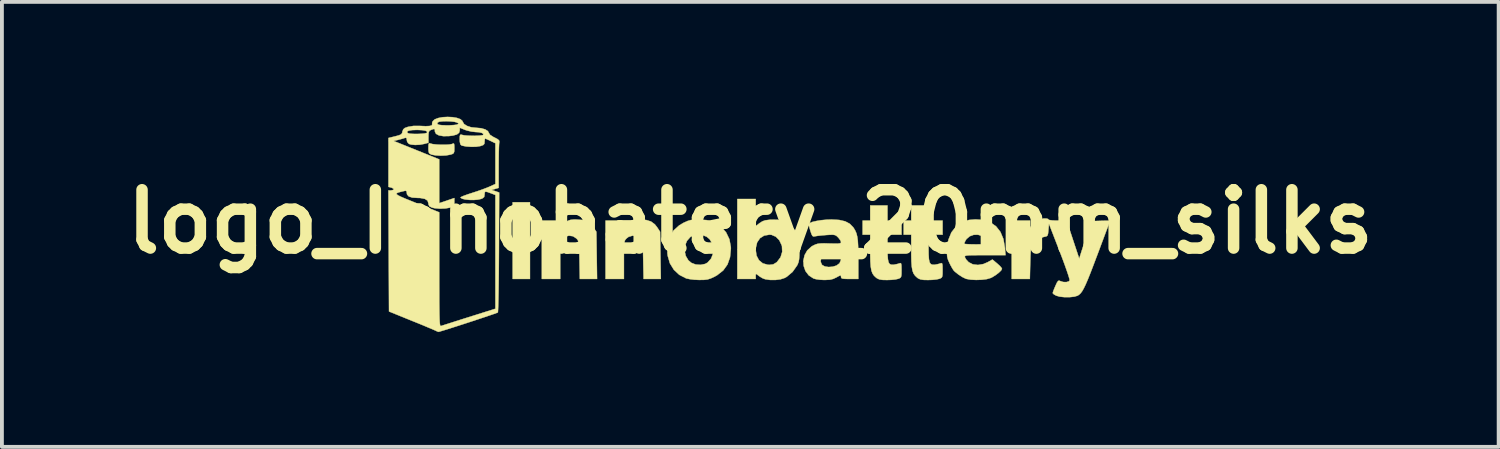
<source format=kicad_pcb>
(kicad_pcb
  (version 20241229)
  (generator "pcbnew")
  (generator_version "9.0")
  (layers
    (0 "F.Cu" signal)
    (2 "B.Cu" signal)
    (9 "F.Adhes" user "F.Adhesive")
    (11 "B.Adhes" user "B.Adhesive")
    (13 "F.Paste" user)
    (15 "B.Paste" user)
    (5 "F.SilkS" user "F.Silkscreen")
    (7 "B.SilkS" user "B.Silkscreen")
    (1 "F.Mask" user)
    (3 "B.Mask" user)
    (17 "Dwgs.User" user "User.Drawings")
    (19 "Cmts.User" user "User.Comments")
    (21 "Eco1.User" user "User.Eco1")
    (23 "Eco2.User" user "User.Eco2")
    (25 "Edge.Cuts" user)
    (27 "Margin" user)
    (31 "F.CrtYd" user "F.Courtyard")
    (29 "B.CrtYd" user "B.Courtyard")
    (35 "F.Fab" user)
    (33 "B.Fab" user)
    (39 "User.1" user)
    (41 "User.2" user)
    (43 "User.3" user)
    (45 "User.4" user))
  (footprint "logo_Innobatery_20mm_silks"
    (layer "F.Cu")
    (at 16.554 2.742)
    (property "Reference" "logo_Innobatery_20mm_silks" (at 0 0 0) (layer "F.SilkS") (effects (font (size 1.524 1.524) (thickness 0.3))))
    (attr through_hole)
    (fp_poly (pts (xy -5.757 1.496) (xy -6.209 1.496) (xy -6.209 -0.508) (xy -5.757 -0.508) (xy -5.757 1.496)) (stroke (width 0.01) (type solid)) (fill yes) (layer "F.SilkS"))
    (fp_poly (pts (xy -8.361 -2.043) (xy -8.298 -2.027) (xy -8.2 -2.016) (xy -8.083 -2.01) (xy -7.965 -2.01) (xy -7.865 -2.016) (xy -7.799 -2.028) (xy -7.791 -2.031) (xy -7.757 -2.045) (xy -7.74 -2.033) (xy -7.734 -1.983) (xy -7.733 -1.921) (xy -7.735 -1.837) (xy -7.749 -1.792) (xy -7.785 -1.768) (xy -7.839 -1.751) (xy -7.953 -1.731) (xy -8.088 -1.725) (xy -8.219 -1.732) (xy -8.323 -1.751) (xy -8.333 -1.754) (xy -8.379 -1.777) (xy -8.402 -1.812) (xy -8.41 -1.877) (xy -8.41 -1.924) (xy -8.408 -2.007) (xy -8.398 -2.045) (xy -8.376 -2.049) (xy -8.361 -2.043)) (stroke (width 0.01) (type solid)) (fill yes) (layer "F.SilkS"))
    (fp_poly (pts (xy -4.386 -0.044) (xy -4.259 -0.004) (xy -4.16 0.069) (xy -4.101 0.144) (xy -4.022 0.264) (xy -4.013 0.88) (xy -4.004 1.496) (xy -4.454 1.496) (xy -4.463 1.004) (xy -4.467 0.826) (xy -4.472 0.696) (xy -4.477 0.603) (xy -4.486 0.541) (xy -4.499 0.498) (xy -4.518 0.467) (xy -4.542 0.44) (xy -4.633 0.38) (xy -4.74 0.365) (xy -4.845 0.396) (xy -4.898 0.436) (xy -4.923 0.463) (xy -4.941 0.491) (xy -4.953 0.53) (xy -4.961 0.589) (xy -4.965 0.676) (xy -4.967 0.801) (xy -4.967 0.972) (xy -4.967 1.001) (xy -4.967 1.496) (xy -5.447 1.496) (xy -5.447 -0.028) (xy -5.207 -0.028) (xy -5.091 -0.028) (xy -5.02 -0.023) (xy -4.983 -0.013) (xy -4.969 0.008) (xy -4.967 0.043) (xy -4.967 0.113) (xy -4.85 0.028) (xy -4.774 -0.02) (xy -4.703 -0.046) (xy -4.613 -0.056) (xy -4.553 -0.056) (xy -4.386 -0.044)) (stroke (width 0.01) (type solid)) (fill yes) (layer "F.SilkS"))
    (fp_poly (pts (xy -2.721 -0.044) (xy -2.594 -0.004) (xy -2.495 0.069) (xy -2.436 0.144) (xy -2.357 0.264) (xy -2.348 0.88) (xy -2.338 1.496) (xy -2.788 1.496) (xy -2.798 1.004) (xy -2.802 0.826) (xy -2.806 0.696) (xy -2.812 0.603) (xy -2.821 0.541) (xy -2.834 0.498) (xy -2.853 0.467) (xy -2.877 0.44) (xy -2.968 0.38) (xy -3.075 0.365) (xy -3.18 0.396) (xy -3.233 0.436) (xy -3.258 0.463) (xy -3.276 0.491) (xy -3.288 0.53) (xy -3.296 0.589) (xy -3.3 0.676) (xy -3.302 0.801) (xy -3.302 0.972) (xy -3.302 1.001) (xy -3.302 1.496) (xy -3.782 1.496) (xy -3.782 -0.028) (xy -3.542 -0.028) (xy -3.426 -0.028) (xy -3.355 -0.023) (xy -3.318 -0.013) (xy -3.304 0.008) (xy -3.302 0.043) (xy -3.302 0.113) (xy -3.185 0.028) (xy -3.109 -0.02) (xy -3.038 -0.046) (xy -2.948 -0.056) (xy -2.888 -0.056) (xy -2.721 -0.044)) (stroke (width 0.01) (type solid)) (fill yes) (layer "F.SilkS"))
    (fp_poly (pts (xy 3.584 -0.028) (xy 3.951 -0.028) (xy 3.951 0.339) (xy 3.584 0.339) (xy 3.584 0.686) (xy 3.586 0.857) (xy 3.595 0.98) (xy 3.612 1.06) (xy 3.641 1.106) (xy 3.685 1.125) (xy 3.747 1.124) (xy 3.756 1.123) (xy 3.837 1.107) (xy 3.901 1.088) (xy 3.902 1.088) (xy 3.928 1.082) (xy 3.942 1.1) (xy 3.949 1.152) (xy 3.951 1.249) (xy 3.951 1.264) (xy 3.95 1.368) (xy 3.943 1.429) (xy 3.925 1.463) (xy 3.891 1.483) (xy 3.862 1.493) (xy 3.789 1.509) (xy 3.682 1.52) (xy 3.57 1.524) (xy 3.452 1.521) (xy 3.373 1.508) (xy 3.315 1.482) (xy 3.288 1.463) (xy 3.233 1.412) (xy 3.193 1.354) (xy 3.165 1.278) (xy 3.147 1.176) (xy 3.137 1.038) (xy 3.133 0.857) (xy 3.133 0.777) (xy 3.133 0.339) (xy 2.935 0.339) (xy 2.935 -0.028) (xy 3.133 -0.028) (xy 3.133 -0.423) (xy 3.584 -0.423) (xy 3.584 -0.028)) (stroke (width 0.01) (type solid)) (fill yes) (layer "F.SilkS"))
    (fp_poly (pts (xy 4.657 -0.028) (xy 5.024 -0.028) (xy 5.024 0.339) (xy 4.657 0.339) (xy 4.657 0.686) (xy 4.659 0.857) (xy 4.667 0.98) (xy 4.684 1.06) (xy 4.714 1.106) (xy 4.758 1.125) (xy 4.819 1.124) (xy 4.828 1.123) (xy 4.91 1.107) (xy 4.973 1.088) (xy 4.974 1.088) (xy 5 1.082) (xy 5.015 1.1) (xy 5.022 1.152) (xy 5.024 1.249) (xy 5.024 1.264) (xy 5.023 1.368) (xy 5.016 1.429) (xy 4.998 1.463) (xy 4.963 1.483) (xy 4.935 1.493) (xy 4.861 1.509) (xy 4.754 1.52) (xy 4.642 1.524) (xy 4.525 1.521) (xy 4.446 1.508) (xy 4.387 1.482) (xy 4.361 1.463) (xy 4.306 1.412) (xy 4.265 1.354) (xy 4.237 1.278) (xy 4.219 1.176) (xy 4.209 1.038) (xy 4.205 0.857) (xy 4.205 0.777) (xy 4.205 0.339) (xy 4.008 0.339) (xy 4.008 -0.028) (xy 4.205 -0.028) (xy 4.205 -0.423) (xy 4.657 -0.423) (xy 4.657 -0.028)) (stroke (width 0.01) (type solid)) (fill yes) (layer "F.SilkS"))
    (fp_poly (pts (xy -1.141 -0.041) (xy -0.964 0.008) (xy -0.813 0.093) (xy -0.768 0.129) (xy -0.633 0.279) (xy -0.546 0.459) (xy -0.509 0.662) (xy -0.508 0.708) (xy -0.53 0.93) (xy -0.596 1.118) (xy -0.707 1.273) (xy -0.866 1.398) (xy -0.937 1.438) (xy -1.035 1.483) (xy -1.118 1.509) (xy -1.21 1.52) (xy -1.334 1.522) (xy -1.338 1.522) (xy -1.464 1.516) (xy -1.583 1.501) (xy -1.673 1.482) (xy -1.68 1.479) (xy -1.856 1.388) (xy -1.997 1.256) (xy -2.1 1.089) (xy -2.157 0.895) (xy -2.167 0.817) (xy -2.165 0.763) (xy -1.716 0.763) (xy -1.687 0.894) (xy -1.62 1.008) (xy -1.54 1.076) (xy -1.427 1.119) (xy -1.299 1.128) (xy -1.18 1.104) (xy -1.115 1.068) (xy -1.025 0.965) (xy -0.975 0.839) (xy -0.965 0.704) (xy -0.994 0.573) (xy -1.061 0.46) (xy -1.141 0.392) (xy -1.254 0.349) (xy -1.382 0.339) (xy -1.501 0.364) (xy -1.566 0.4) (xy -1.656 0.502) (xy -1.706 0.628) (xy -1.716 0.763) (xy -2.165 0.763) (xy -2.16 0.591) (xy -2.106 0.395) (xy -2.005 0.23) (xy -1.857 0.096) (xy -1.747 0.031) (xy -1.642 -0.017) (xy -1.552 -0.043) (xy -1.45 -0.055) (xy -1.355 -0.056) (xy -1.141 -0.041)) (stroke (width 0.01) (type solid)) (fill yes) (layer "F.SilkS"))
    (fp_poly (pts (xy 0.141 0.116) (xy 0.244 0.037) (xy 0.316 -0.009) (xy 0.394 -0.036) (xy 0.5 -0.049) (xy 0.538 -0.052) (xy 0.716 -0.049) (xy 0.861 -0.015) (xy 0.987 0.056) (xy 1.05 0.107) (xy 1.149 0.207) (xy 1.216 0.306) (xy 1.258 0.418) (xy 1.278 0.558) (xy 1.284 0.734) (xy 1.282 0.877) (xy 1.275 0.979) (xy 1.261 1.053) (xy 1.237 1.116) (xy 1.223 1.143) (xy 1.104 1.312) (xy 0.952 1.44) (xy 0.898 1.47) (xy 0.791 1.505) (xy 0.655 1.523) (xy 0.514 1.522) (xy 0.389 1.503) (xy 0.325 1.48) (xy 0.249 1.435) (xy 0.191 1.391) (xy 0.155 1.364) (xy 0.142 1.381) (xy 0.141 1.421) (xy 0.141 1.496) (xy -0.339 1.496) (xy -0.339 0.734) (xy 0.141 0.734) (xy 0.163 0.888) (xy 0.226 1.007) (xy 0.326 1.089) (xy 0.458 1.126) (xy 0.498 1.128) (xy 0.598 1.116) (xy 0.68 1.067) (xy 0.7 1.05) (xy 0.791 0.929) (xy 0.834 0.788) (xy 0.827 0.64) (xy 0.82 0.616) (xy 0.758 0.485) (xy 0.667 0.392) (xy 0.555 0.344) (xy 0.502 0.339) (xy 0.362 0.363) (xy 0.253 0.432) (xy 0.178 0.542) (xy 0.143 0.686) (xy 0.141 0.734) (xy -0.339 0.734) (xy -0.339 -0.593) (xy 0.141 -0.593) (xy 0.141 0.116)) (stroke (width 0.01) (type solid)) (fill yes) (layer "F.SilkS"))
    (fp_poly (pts (xy 6.057 -0.047) (xy 6.212 -0.009) (xy 6.265 0.014) (xy 6.42 0.121) (xy 6.535 0.267) (xy 6.613 0.453) (xy 6.652 0.68) (xy 6.652 0.681) (xy 6.669 0.875) (xy 6.131 0.875) (xy 5.945 0.875) (xy 5.807 0.876) (xy 5.712 0.879) (xy 5.652 0.884) (xy 5.619 0.893) (xy 5.606 0.906) (xy 5.606 0.924) (xy 5.608 0.932) (xy 5.639 0.987) (xy 5.696 1.049) (xy 5.706 1.059) (xy 5.815 1.115) (xy 5.948 1.131) (xy 6.09 1.107) (xy 6.204 1.058) (xy 6.326 0.989) (xy 6.451 1.093) (xy 6.519 1.155) (xy 6.564 1.207) (xy 6.576 1.231) (xy 6.553 1.275) (xy 6.493 1.333) (xy 6.41 1.396) (xy 6.317 1.453) (xy 6.279 1.471) (xy 6.181 1.5) (xy 6.048 1.517) (xy 5.901 1.522) (xy 5.761 1.515) (xy 5.647 1.495) (xy 5.63 1.49) (xy 5.538 1.445) (xy 5.434 1.377) (xy 5.343 1.304) (xy 5.311 1.271) (xy 5.279 1.222) (xy 5.235 1.143) (xy 5.202 1.077) (xy 5.165 0.992) (xy 5.145 0.918) (xy 5.138 0.833) (xy 5.141 0.716) (xy 5.142 0.696) (xy 5.161 0.577) (xy 5.588 0.577) (xy 5.614 0.583) (xy 5.686 0.588) (xy 5.791 0.592) (xy 5.896 0.593) (xy 6.031 0.592) (xy 6.118 0.589) (xy 6.168 0.582) (xy 6.189 0.569) (xy 6.192 0.549) (xy 6.189 0.537) (xy 6.138 0.439) (xy 6.054 0.373) (xy 5.949 0.341) (xy 5.838 0.343) (xy 5.733 0.381) (xy 5.647 0.455) (xy 5.62 0.499) (xy 5.595 0.552) (xy 5.588 0.577) (xy 5.161 0.577) (xy 5.177 0.47) (xy 5.254 0.281) (xy 5.373 0.129) (xy 5.534 0.016) (xy 5.573 -0.004) (xy 5.715 -0.045) (xy 5.884 -0.059) (xy 6.057 -0.047)) (stroke (width 0.01) (type solid)) (fill yes) (layer "F.SilkS"))
    (fp_poly (pts (xy 7.781 -0.07) (xy 7.789 -0.056) (xy 7.816 -0.043) (xy 7.889 -0.033) (xy 7.998 -0.028) (xy 8.027 -0.028) (xy 8.265 -0.028) (xy 8.429 0.468) (xy 8.594 0.965) (xy 8.75 0.475) (xy 8.906 -0.014) (xy 9.156 -0.022) (xy 9.274 -0.025) (xy 9.346 -0.024) (xy 9.382 -0.015) (xy 9.39 0.001) (xy 9.385 0.02) (xy 9.37 0.058) (xy 9.339 0.143) (xy 9.292 0.266) (xy 9.234 0.421) (xy 9.167 0.6) (xy 9.093 0.798) (xy 9.069 0.861) (xy 8.97 1.123) (xy 8.888 1.337) (xy 8.819 1.509) (xy 8.761 1.643) (xy 8.712 1.744) (xy 8.669 1.819) (xy 8.629 1.872) (xy 8.59 1.908) (xy 8.552 1.933) (xy 8.465 1.959) (xy 8.344 1.972) (xy 8.21 1.972) (xy 8.086 1.959) (xy 7.994 1.933) (xy 7.933 1.9) (xy 7.903 1.869) (xy 7.902 1.865) (xy 7.913 1.825) (xy 7.941 1.752) (xy 7.972 1.679) (xy 8.012 1.592) (xy 8.042 1.549) (xy 8.07 1.54) (xy 8.097 1.551) (xy 8.174 1.576) (xy 8.255 1.579) (xy 8.32 1.561) (xy 8.344 1.536) (xy 8.339 1.499) (xy 8.315 1.417) (xy 8.275 1.297) (xy 8.222 1.146) (xy 8.158 0.972) (xy 8.086 0.782) (xy 8.082 0.773) (xy 7.803 0.053) (xy 7.789 0.217) (xy 7.78 0.309) (xy 7.766 0.359) (xy 7.737 0.383) (xy 7.684 0.395) (xy 7.672 0.397) (xy 7.524 0.447) (xy 7.406 0.541) (xy 7.373 0.585) (xy 7.353 0.626) (xy 7.338 0.683) (xy 7.327 0.767) (xy 7.32 0.886) (xy 7.315 1.05) (xy 7.314 1.078) (xy 7.304 1.496) (xy 6.83 1.496) (xy 6.83 -0.028) (xy 7.31 -0.028) (xy 7.31 0.064) (xy 7.311 0.155) (xy 7.37 0.077) (xy 7.436 0.008) (xy 7.509 -0.043) (xy 7.58 -0.068) (xy 7.661 -0.082) (xy 7.734 -0.083) (xy 7.781 -0.07)) (stroke (width 0.01) (type solid)) (fill yes) (layer "F.SilkS"))
    (fp_poly (pts (xy 2.321 -0.045) (xy 2.478 -0.009) (xy 2.599 0.055) (xy 2.691 0.15) (xy 2.702 0.166) (xy 2.742 0.234) (xy 2.773 0.306) (xy 2.794 0.392) (xy 2.809 0.499) (xy 2.817 0.639) (xy 2.821 0.818) (xy 2.822 0.981) (xy 2.822 1.496) (xy 2.596 1.496) (xy 2.484 1.495) (xy 2.416 1.489) (xy 2.383 1.476) (xy 2.371 1.454) (xy 2.371 1.441) (xy 2.367 1.41) (xy 2.349 1.405) (xy 2.302 1.426) (xy 2.251 1.455) (xy 2.166 1.495) (xy 2.078 1.516) (xy 1.962 1.522) (xy 1.933 1.523) (xy 1.819 1.517) (xy 1.716 1.502) (xy 1.651 1.484) (xy 1.527 1.402) (xy 1.441 1.289) (xy 1.395 1.156) (xy 1.388 1.038) (xy 1.835 1.038) (xy 1.867 1.117) (xy 1.881 1.134) (xy 1.947 1.17) (xy 2.044 1.185) (xy 2.152 1.177) (xy 2.25 1.147) (xy 2.256 1.144) (xy 2.332 1.086) (xy 2.366 1.005) (xy 2.371 0.946) (xy 2.36 0.896) (xy 2.322 0.866) (xy 2.247 0.851) (xy 2.132 0.847) (xy 2.006 0.862) (xy 1.91 0.904) (xy 1.851 0.965) (xy 1.835 1.038) (xy 1.388 1.038) (xy 1.387 1.015) (xy 1.418 0.876) (xy 1.488 0.751) (xy 1.598 0.65) (xy 1.637 0.627) (xy 1.699 0.597) (xy 1.759 0.578) (xy 1.83 0.569) (xy 1.927 0.566) (xy 2.066 0.57) (xy 2.067 0.57) (xy 2.202 0.573) (xy 2.291 0.572) (xy 2.342 0.566) (xy 2.365 0.553) (xy 2.371 0.533) (xy 2.352 0.485) (xy 2.305 0.423) (xy 2.293 0.41) (xy 2.252 0.371) (xy 2.212 0.35) (xy 2.158 0.341) (xy 2.075 0.343) (xy 1.99 0.348) (xy 1.873 0.358) (xy 1.769 0.369) (xy 1.699 0.38) (xy 1.692 0.382) (xy 1.65 0.387) (xy 1.622 0.371) (xy 1.597 0.32) (xy 1.572 0.247) (xy 1.546 0.158) (xy 1.528 0.09) (xy 1.524 0.065) (xy 1.55 0.036) (xy 1.622 0.007) (xy 1.728 -0.018) (xy 1.857 -0.039) (xy 1.998 -0.052) (xy 2.12 -0.056) (xy 2.321 -0.045)) (stroke (width 0.01) (type solid)) (fill yes) (layer "F.SilkS"))
    (fp_poly (pts (xy -7.782 -2.731) (xy -7.666 -2.711) (xy -7.575 -2.678) (xy -7.522 -2.632) (xy -7.513 -2.608) (xy -7.478 -2.551) (xy -7.401 -2.502) (xy -7.295 -2.467) (xy -7.175 -2.454) (xy -7.036 -2.442) (xy -6.926 -2.411) (xy -6.856 -2.366) (xy -6.835 -2.325) (xy -6.801 -2.27) (xy -6.711 -2.212) (xy -6.685 -2.2) (xy -6.603 -2.157) (xy -6.564 -2.123) (xy -6.557 -2.086) (xy -6.559 -2.076) (xy -6.564 -2.031) (xy -6.568 -1.939) (xy -6.572 -1.809) (xy -6.574 -1.653) (xy -6.575 -1.478) (xy -6.575 -1.45) (xy -6.576 -0.883) (xy -6.668 -0.856) (xy -6.759 -0.829) (xy -6.66 -0.796) (xy -6.562 -0.762) (xy -6.568 0.795) (xy -6.57 1.087) (xy -6.572 1.361) (xy -6.575 1.613) (xy -6.578 1.838) (xy -6.582 2.03) (xy -6.586 2.184) (xy -6.59 2.295) (xy -6.594 2.359) (xy -6.596 2.372) (xy -6.628 2.385) (xy -6.704 2.412) (xy -6.818 2.451) (xy -6.96 2.499) (xy -7.123 2.553) (xy -7.298 2.611) (xy -7.476 2.669) (xy -7.649 2.725) (xy -7.809 2.776) (xy -7.947 2.82) (xy -8.056 2.853) (xy -8.126 2.874) (xy -8.149 2.879) (xy -8.191 2.863) (xy -8.192 2.862) (xy -8.222 2.847) (xy -8.297 2.814) (xy -8.409 2.767) (xy -8.551 2.707) (xy -8.715 2.64) (xy -8.825 2.596) (xy -9.44 2.346) (xy -9.455 -0.818) (xy -9.384 -0.818) (xy -9.326 -0.83) (xy -9.318 -0.856) (xy -9.36 -0.884) (xy -9.384 -0.892) (xy -9.454 -0.909) (xy -9.454 -2.109) (xy -9.319 -2.109) (xy -8.724 -1.869) (xy -8.128 -1.629) (xy -8.128 -0.483) (xy -7.93 -0.55) (xy -7.733 -0.618) (xy -7.733 -0.508) (xy -7.738 -0.435) (xy -7.762 -0.397) (xy -7.824 -0.373) (xy -7.839 -0.368) (xy -7.968 -0.346) (xy -8.114 -0.34) (xy -8.25 -0.352) (xy -8.321 -0.37) (xy -8.386 -0.403) (xy -8.409 -0.453) (xy -8.41 -0.478) (xy -8.433 -0.55) (xy -8.504 -0.596) (xy -8.624 -0.619) (xy -8.692 -0.621) (xy -8.833 -0.63) (xy -8.924 -0.66) (xy -8.969 -0.712) (xy -8.975 -0.748) (xy -8.981 -0.797) (xy -9.012 -0.808) (xy -9.052 -0.8) (xy -9.142 -0.778) (xy -9.206 -0.76) (xy -9.241 -0.741) (xy -9.243 -0.72) (xy -9.209 -0.692) (xy -9.135 -0.654) (xy -9.019 -0.604) (xy -8.856 -0.538) (xy -8.718 -0.482) (xy -8.128 -0.245) (xy -8.128 1.249) (xy -8.128 1.579) (xy -8.127 1.857) (xy -8.127 2.087) (xy -8.125 2.273) (xy -8.123 2.421) (xy -8.12 2.533) (xy -8.116 2.615) (xy -8.111 2.672) (xy -8.104 2.706) (xy -8.096 2.723) (xy -8.087 2.727) (xy -8.083 2.726) (xy -8.044 2.713) (xy -7.96 2.686) (xy -7.837 2.647) (xy -7.684 2.598) (xy -7.508 2.542) (xy -7.349 2.492) (xy -6.66 2.275) (xy -6.66 -0.698) (xy -6.781 -0.744) (xy -6.87 -0.776) (xy -6.918 -0.785) (xy -6.938 -0.768) (xy -6.943 -0.722) (xy -6.943 -0.708) (xy -6.954 -0.646) (xy -6.998 -0.609) (xy -7.032 -0.595) (xy -7.119 -0.576) (xy -7.227 -0.567) (xy -7.341 -0.569) (xy -7.446 -0.58) (xy -7.527 -0.599) (xy -7.569 -0.625) (xy -7.572 -0.631) (xy -7.549 -0.649) (xy -7.483 -0.678) (xy -7.383 -0.714) (xy -7.281 -0.747) (xy -7.139 -0.793) (xy -6.997 -0.843) (xy -6.876 -0.889) (xy -6.823 -0.911) (xy -6.66 -0.985) (xy -6.66 -2.049) (xy -6.788 -2.111) (xy -6.864 -2.147) (xy -6.916 -2.169) (xy -6.929 -2.173) (xy -6.939 -2.149) (xy -6.943 -2.09) (xy -6.943 -2.09) (xy -6.949 -2.035) (xy -6.978 -2.003) (xy -7.045 -1.978) (xy -7.063 -1.974) (xy -7.165 -1.958) (xy -7.294 -1.956) (xy -7.423 -1.965) (xy -7.528 -1.986) (xy -7.545 -1.992) (xy -7.575 -2.02) (xy -7.589 -2.084) (xy -7.592 -2.15) (xy -7.59 -2.232) (xy -7.58 -2.27) (xy -7.556 -2.275) (xy -7.528 -2.267) (xy -7.469 -2.255) (xy -7.377 -2.248) (xy -7.268 -2.244) (xy -7.157 -2.245) (xy -7.062 -2.25) (xy -6.998 -2.259) (xy -6.981 -2.266) (xy -6.977 -2.296) (xy -7.019 -2.321) (xy -7.098 -2.338) (xy -7.174 -2.342) (xy -7.283 -2.354) (xy -7.402 -2.382) (xy -7.45 -2.398) (xy -7.592 -2.455) (xy -7.592 -2.385) (xy -7.61 -2.323) (xy -7.667 -2.279) (xy -7.77 -2.25) (xy -7.874 -2.237) (xy -8.021 -2.235) (xy -8.136 -2.255) (xy -8.212 -2.296) (xy -8.241 -2.354) (xy -8.241 -2.359) (xy -8.243 -2.409) (xy -8.262 -2.424) (xy -8.312 -2.409) (xy -8.338 -2.4) (xy -8.38 -2.378) (xy -8.401 -2.343) (xy -8.409 -2.279) (xy -8.41 -2.217) (xy -8.41 -2.063) (xy -8.516 -2.033) (xy -8.634 -2.011) (xy -8.756 -2.005) (xy -8.863 -2.015) (xy -8.92 -2.033) (xy -8.965 -2.085) (xy -8.975 -2.135) (xy -8.983 -2.186) (xy -9.013 -2.192) (xy -9.021 -2.19) (xy -9.075 -2.172) (xy -9.159 -2.149) (xy -9.193 -2.14) (xy -9.319 -2.109) (xy -9.454 -2.109) (xy -9.454 -2.187) (xy -9.278 -2.23) (xy -9.182 -2.256) (xy -9.127 -2.28) (xy -9.1 -2.311) (xy -9.088 -2.353) (xy -8.969 -2.353) (xy -8.958 -2.322) (xy -8.946 -2.313) (xy -8.9 -2.3) (xy -8.816 -2.294) (xy -8.712 -2.292) (xy -8.607 -2.296) (xy -8.516 -2.304) (xy -8.458 -2.317) (xy -8.449 -2.323) (xy -8.443 -2.353) (xy -8.488 -2.377) (xy -8.577 -2.392) (xy -8.705 -2.398) (xy -8.707 -2.398) (xy -8.839 -2.393) (xy -8.928 -2.377) (xy -8.969 -2.353) (xy -9.088 -2.353) (xy -9.088 -2.356) (xy -9.069 -2.411) (xy -9.028 -2.447) (xy -8.946 -2.477) (xy -8.799 -2.502) (xy -8.621 -2.501) (xy -8.482 -2.495) (xy -8.381 -2.5) (xy -8.322 -2.516) (xy -8.313 -2.542) (xy -8.313 -2.543) (xy -8.313 -2.577) (xy -8.181 -2.577) (xy -8.168 -2.545) (xy -8.135 -2.531) (xy -8.067 -2.522) (xy -7.967 -2.518) (xy -7.856 -2.518) (xy -7.753 -2.524) (xy -7.679 -2.533) (xy -7.663 -2.538) (xy -7.625 -2.556) (xy -7.634 -2.573) (xy -7.668 -2.592) (xy -7.729 -2.609) (xy -7.825 -2.62) (xy -7.936 -2.625) (xy -8.042 -2.622) (xy -8.122 -2.613) (xy -8.14 -2.608) (xy -8.181 -2.577) (xy -8.313 -2.577) (xy -8.313 -2.584) (xy -8.298 -2.623) (xy -8.245 -2.673) (xy -8.154 -2.708) (xy -8.039 -2.73) (xy -7.91 -2.737) (xy -7.782 -2.731)) (stroke (width 0.01) (type solid)) (fill yes) (layer "F.SilkS")))
  (gr_rect
    (start -3 -3)
    (end 36.107 8.626)
    (stroke (width 0.1) (type default))
    (fill no)
    (layer "Edge.Cuts")))
</source>
